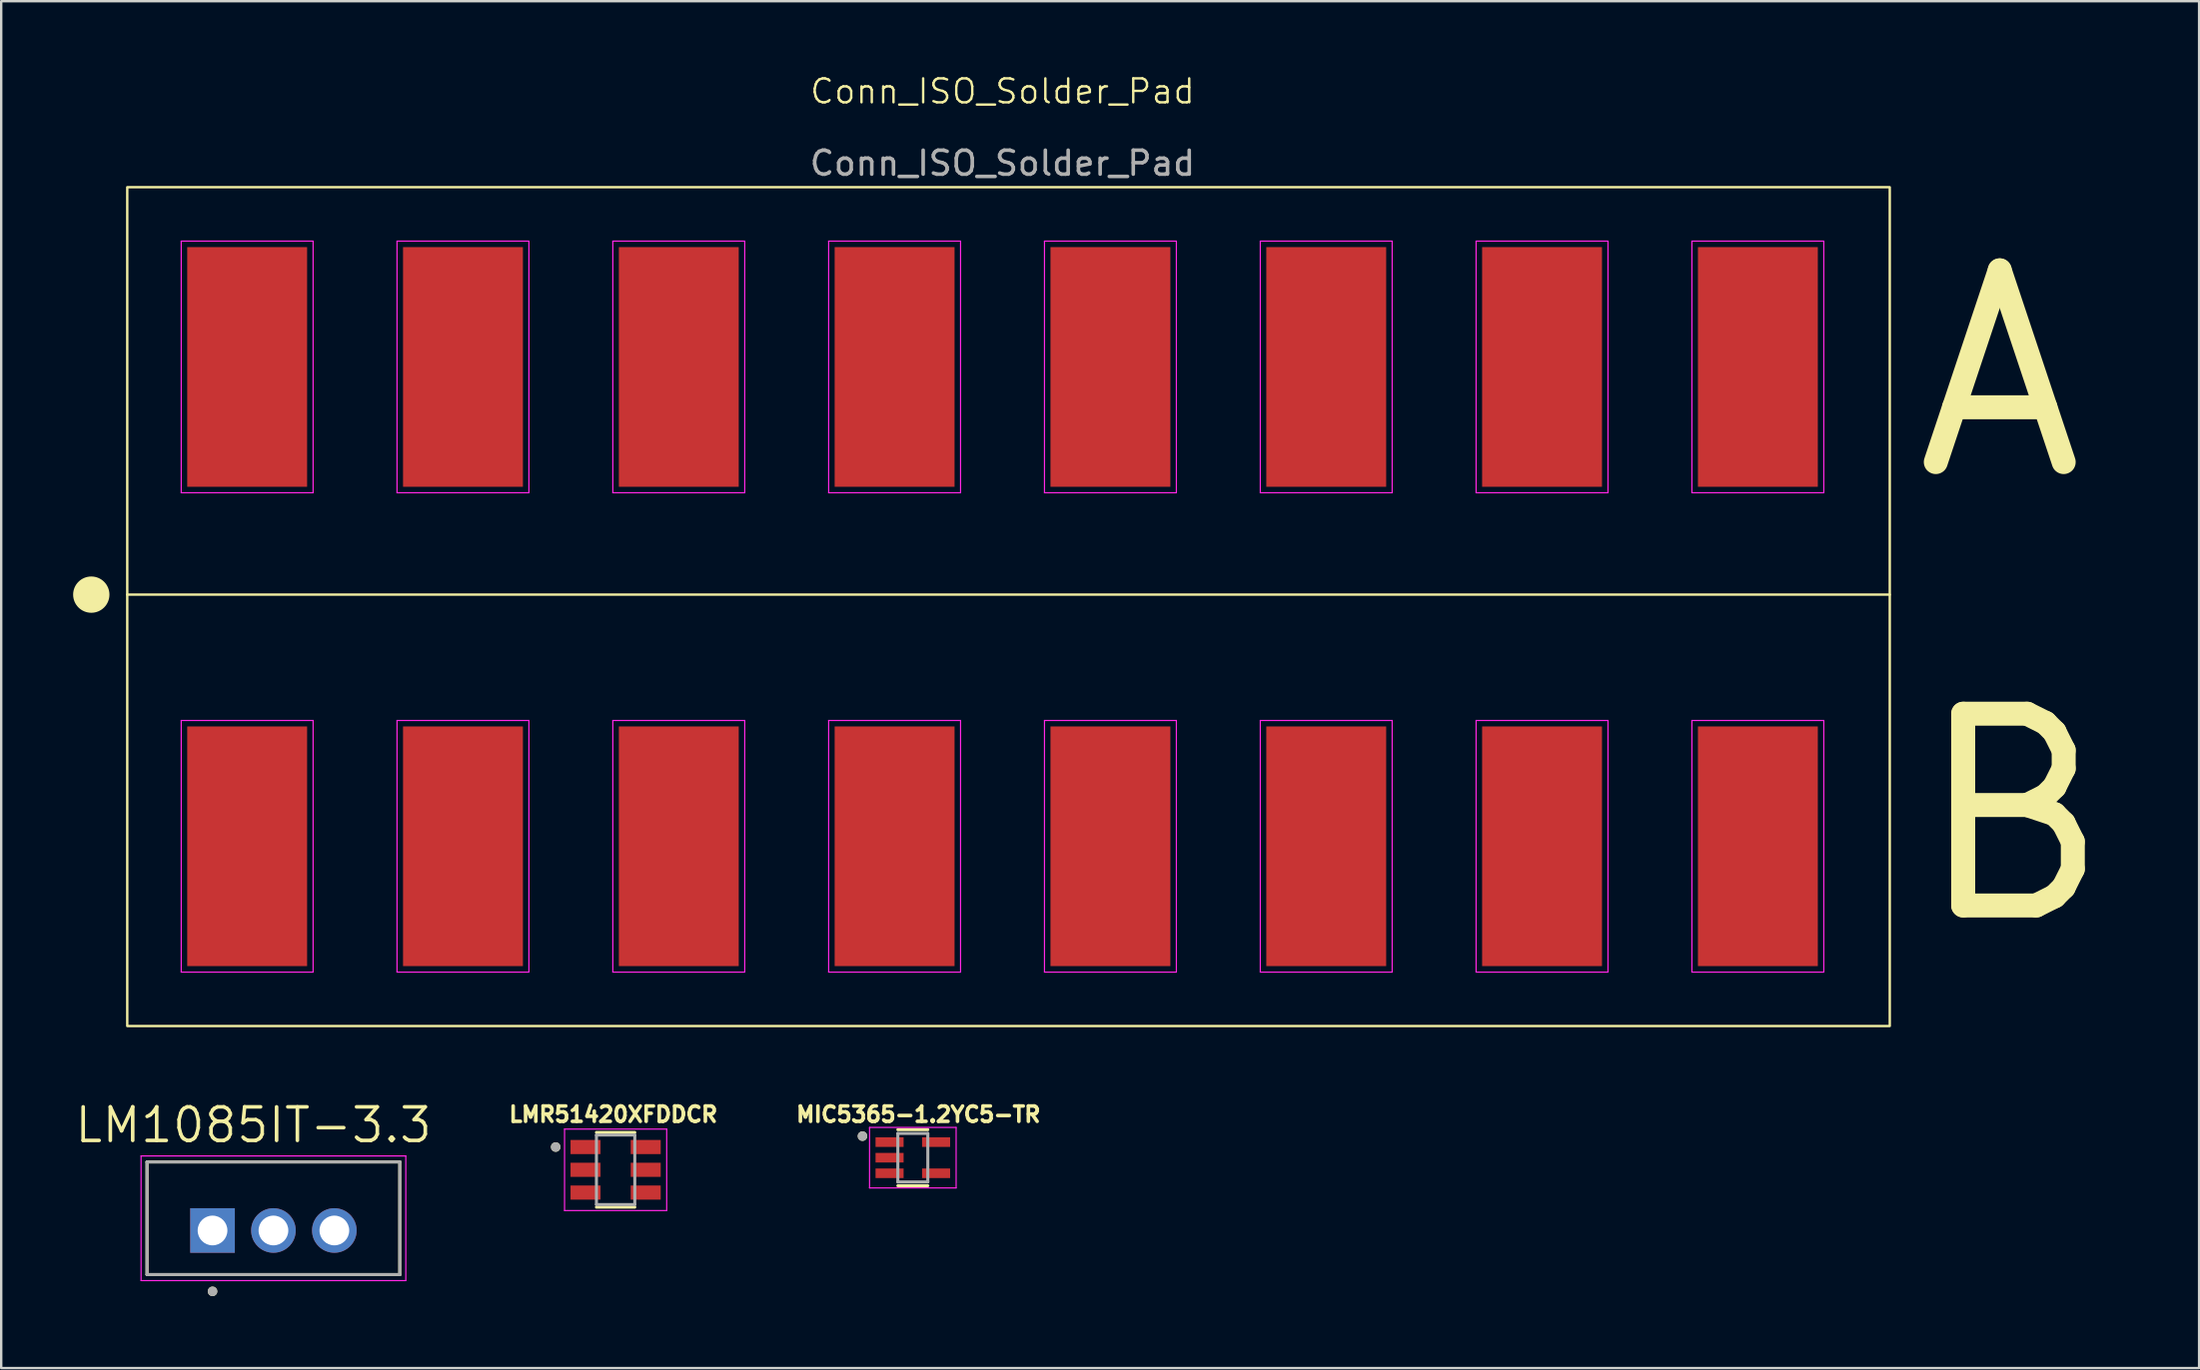
<source format=kicad_pcb>
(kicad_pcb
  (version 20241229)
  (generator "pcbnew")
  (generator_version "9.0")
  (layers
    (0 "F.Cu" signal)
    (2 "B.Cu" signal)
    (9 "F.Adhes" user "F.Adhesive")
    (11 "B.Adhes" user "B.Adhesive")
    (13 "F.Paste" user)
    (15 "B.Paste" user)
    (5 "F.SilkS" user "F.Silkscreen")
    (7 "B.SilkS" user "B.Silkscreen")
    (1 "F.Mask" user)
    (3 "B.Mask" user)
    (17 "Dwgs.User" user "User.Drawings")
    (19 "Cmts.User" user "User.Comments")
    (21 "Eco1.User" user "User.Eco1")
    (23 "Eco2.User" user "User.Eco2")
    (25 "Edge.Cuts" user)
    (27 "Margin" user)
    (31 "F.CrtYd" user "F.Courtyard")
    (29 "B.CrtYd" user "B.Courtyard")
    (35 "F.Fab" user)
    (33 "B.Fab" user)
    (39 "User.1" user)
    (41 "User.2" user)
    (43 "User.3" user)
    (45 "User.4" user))
  (footprint "LM1085IT-3.3"
    (layer "F.Cu")
    (at 8.353 48.292)
    (property "Reference" "LM1085IT-3.3" (at -0.835 -4.399 0) (layer "F.SilkS") (effects (font (size 1.4 1.4) (thickness 0.15))))
    (attr through_hole)
    (fp_line (start -5.27 -2.86) (end -5.27 1.84) (stroke (width 0.127) (type solid)) (layer "F.SilkS"))
    (fp_line (start -5.27 1.84) (end 5.27 1.84) (stroke (width 0.127) (type solid)) (layer "F.SilkS"))
    (fp_line (start 5.27 -2.86) (end -5.27 -2.86) (stroke (width 0.127) (type solid)) (layer "F.SilkS"))
    (fp_line (start 5.27 1.84) (end 5.27 -2.86) (stroke (width 0.127) (type solid)) (layer "F.SilkS"))
    (fp_circle (center -2.54 2.54) (end -2.44 2.54) (stroke (width 0.2) (type solid)) (fill no) (layer "F.SilkS"))
    (fp_line (start -5.52 -3.11) (end -5.52 2.09) (stroke (width 0.05) (type solid)) (layer "F.CrtYd"))
    (fp_line (start -5.52 2.09) (end 5.52 2.09) (stroke (width 0.05) (type solid)) (layer "F.CrtYd"))
    (fp_line (start 5.52 -3.11) (end -5.52 -3.11) (stroke (width 0.05) (type solid)) (layer "F.CrtYd"))
    (fp_line (start 5.52 2.09) (end 5.52 -3.11) (stroke (width 0.05) (type solid)) (layer "F.CrtYd"))
    (fp_line (start -5.27 -2.86) (end -5.27 1.84) (stroke (width 0.127) (type solid)) (layer "F.Fab"))
    (fp_line (start -5.27 1.84) (end 5.27 1.84) (stroke (width 0.127) (type solid)) (layer "F.Fab"))
    (fp_line (start 5.27 -2.86) (end -5.27 -2.86) (stroke (width 0.127) (type solid)) (layer "F.Fab"))
    (fp_line (start 5.27 1.84) (end 5.27 -2.86) (stroke (width 0.127) (type solid)) (layer "F.Fab"))
    (fp_circle (center -2.54 2.54) (end -2.44 2.54) (stroke (width 0.2) (type solid)) (fill no) (layer "F.Fab"))
    (pad "1" thru_hole rect (at -2.54 0) (size 1.86 1.86) (drill 1.24) (layers "*.Cu" "*.Mask"))
    (pad "2" thru_hole circle (at 0 0) (size 1.86 1.86) (drill 1.24) (layers "*.Cu" "*.Mask"))
    (pad "3" thru_hole circle (at 2.54 0) (size 1.86 1.86) (drill 1.24) (layers "*.Cu" "*.Mask")))
  (footprint "Conn_ISO_Solder_Pad"
    (layer "F.Cu")
    (at 38.757 6.761)
    (property "Reference" "Conn_ISO_Solder_Pad" (at 0 -6 0) (unlocked yes) (layer "F.SilkS") (effects (font (size 1 1) (thickness 0.1))))
    (attr smd)
    (fp_line (start -36.5 15) (end 37 15) (stroke (width 0.1) (type default)) (layer "F.SilkS"))
    (fp_rect (start -36.5 -2) (end 37 33) (stroke (width 0.1) (type default)) (fill no) (layer "F.SilkS"))
    (fp_circle (center -38 15) (end -37.293 15) (stroke (width 0.1) (type solid)) (fill yes) (layer "F.SilkS"))
    (fp_line (start -34.25 0.25) (end -34.25 10.75) (stroke (width 0.05) (type solid)) (layer "F.CrtYd"))
    (fp_line (start -34.25 10.75) (end -28.75 10.75) (stroke (width 0.05) (type solid)) (layer "F.CrtYd"))
    (fp_line (start -34.25 20.25) (end -34.25 30.75) (stroke (width 0.05) (type solid)) (layer "F.CrtYd"))
    (fp_line (start -34.25 30.75) (end -28.75 30.75) (stroke (width 0.05) (type solid)) (layer "F.CrtYd"))
    (fp_line (start -28.75 0.25) (end -34.25 0.25) (stroke (width 0.05) (type solid)) (layer "F.CrtYd"))
    (fp_line (start -28.75 10.75) (end -28.75 0.25) (stroke (width 0.05) (type solid)) (layer "F.CrtYd"))
    (fp_line (start -28.75 20.25) (end -34.25 20.25) (stroke (width 0.05) (type solid)) (layer "F.CrtYd"))
    (fp_line (start -28.75 30.75) (end -28.75 20.25) (stroke (width 0.05) (type solid)) (layer "F.CrtYd"))
    (fp_line (start -25.25 0.25) (end -25.25 10.75) (stroke (width 0.05) (type solid)) (layer "F.CrtYd"))
    (fp_line (start -25.25 10.75) (end -19.75 10.75) (stroke (width 0.05) (type solid)) (layer "F.CrtYd"))
    (fp_line (start -25.25 20.25) (end -25.25 30.75) (stroke (width 0.05) (type solid)) (layer "F.CrtYd"))
    (fp_line (start -25.25 30.75) (end -19.75 30.75) (stroke (width 0.05) (type solid)) (layer "F.CrtYd"))
    (fp_line (start -19.75 0.25) (end -25.25 0.25) (stroke (width 0.05) (type solid)) (layer "F.CrtYd"))
    (fp_line (start -19.75 10.75) (end -19.75 0.25) (stroke (width 0.05) (type solid)) (layer "F.CrtYd"))
    (fp_line (start -19.75 20.25) (end -25.25 20.25) (stroke (width 0.05) (type solid)) (layer "F.CrtYd"))
    (fp_line (start -19.75 30.75) (end -19.75 20.25) (stroke (width 0.05) (type solid)) (layer "F.CrtYd"))
    (fp_line (start -16.25 0.25) (end -16.25 10.75) (stroke (width 0.05) (type solid)) (layer "F.CrtYd"))
    (fp_line (start -16.25 10.75) (end -10.75 10.75) (stroke (width 0.05) (type solid)) (layer "F.CrtYd"))
    (fp_line (start -16.25 20.25) (end -16.25 30.75) (stroke (width 0.05) (type solid)) (layer "F.CrtYd"))
    (fp_line (start -16.25 30.75) (end -10.75 30.75) (stroke (width 0.05) (type solid)) (layer "F.CrtYd"))
    (fp_line (start -10.75 0.25) (end -16.25 0.25) (stroke (width 0.05) (type solid)) (layer "F.CrtYd"))
    (fp_line (start -10.75 10.75) (end -10.75 0.25) (stroke (width 0.05) (type solid)) (layer "F.CrtYd"))
    (fp_line (start -10.75 20.25) (end -16.25 20.25) (stroke (width 0.05) (type solid)) (layer "F.CrtYd"))
    (fp_line (start -10.75 30.75) (end -10.75 20.25) (stroke (width 0.05) (type solid)) (layer "F.CrtYd"))
    (fp_line (start -7.25 0.25) (end -7.25 10.75) (stroke (width 0.05) (type solid)) (layer "F.CrtYd"))
    (fp_line (start -7.25 10.75) (end -1.75 10.75) (stroke (width 0.05) (type solid)) (layer "F.CrtYd"))
    (fp_line (start -7.25 20.25) (end -7.25 30.75) (stroke (width 0.05) (type solid)) (layer "F.CrtYd"))
    (fp_line (start -7.25 30.75) (end -1.75 30.75) (stroke (width 0.05) (type solid)) (layer "F.CrtYd"))
    (fp_line (start -1.75 0.25) (end -7.25 0.25) (stroke (width 0.05) (type solid)) (layer "F.CrtYd"))
    (fp_line (start -1.75 10.75) (end -1.75 0.25) (stroke (width 0.05) (type solid)) (layer "F.CrtYd"))
    (fp_line (start -1.75 20.25) (end -7.25 20.25) (stroke (width 0.05) (type solid)) (layer "F.CrtYd"))
    (fp_line (start -1.75 30.75) (end -1.75 20.25) (stroke (width 0.05) (type solid)) (layer "F.CrtYd"))
    (fp_line (start 1.75 0.25) (end 1.75 10.75) (stroke (width 0.05) (type solid)) (layer "F.CrtYd"))
    (fp_line (start 1.75 10.75) (end 7.25 10.75) (stroke (width 0.05) (type solid)) (layer "F.CrtYd"))
    (fp_line (start 1.75 20.25) (end 1.75 30.75) (stroke (width 0.05) (type solid)) (layer "F.CrtYd"))
    (fp_line (start 1.75 30.75) (end 7.25 30.75) (stroke (width 0.05) (type solid)) (layer "F.CrtYd"))
    (fp_line (start 7.25 0.25) (end 1.75 0.25) (stroke (width 0.05) (type solid)) (layer "F.CrtYd"))
    (fp_line (start 7.25 10.75) (end 7.25 0.25) (stroke (width 0.05) (type solid)) (layer "F.CrtYd"))
    (fp_line (start 7.25 20.25) (end 1.75 20.25) (stroke (width 0.05) (type solid)) (layer "F.CrtYd"))
    (fp_line (start 7.25 30.75) (end 7.25 20.25) (stroke (width 0.05) (type solid)) (layer "F.CrtYd"))
    (fp_line (start 10.75 0.25) (end 10.75 10.75) (stroke (width 0.05) (type solid)) (layer "F.CrtYd"))
    (fp_line (start 10.75 10.75) (end 16.25 10.75) (stroke (width 0.05) (type solid)) (layer "F.CrtYd"))
    (fp_line (start 10.75 20.25) (end 10.75 30.75) (stroke (width 0.05) (type solid)) (layer "F.CrtYd"))
    (fp_line (start 10.75 30.75) (end 16.25 30.75) (stroke (width 0.05) (type solid)) (layer "F.CrtYd"))
    (fp_line (start 16.25 0.25) (end 10.75 0.25) (stroke (width 0.05) (type solid)) (layer "F.CrtYd"))
    (fp_line (start 16.25 10.75) (end 16.25 0.25) (stroke (width 0.05) (type solid)) (layer "F.CrtYd"))
    (fp_line (start 16.25 20.25) (end 10.75 20.25) (stroke (width 0.05) (type solid)) (layer "F.CrtYd"))
    (fp_line (start 16.25 30.75) (end 16.25 20.25) (stroke (width 0.05) (type solid)) (layer "F.CrtYd"))
    (fp_line (start 19.75 0.25) (end 19.75 10.75) (stroke (width 0.05) (type solid)) (layer "F.CrtYd"))
    (fp_line (start 19.75 10.75) (end 25.25 10.75) (stroke (width 0.05) (type solid)) (layer "F.CrtYd"))
    (fp_line (start 19.75 20.25) (end 19.75 30.75) (stroke (width 0.05) (type solid)) (layer "F.CrtYd"))
    (fp_line (start 19.75 30.75) (end 25.25 30.75) (stroke (width 0.05) (type solid)) (layer "F.CrtYd"))
    (fp_line (start 25.25 0.25) (end 19.75 0.25) (stroke (width 0.05) (type solid)) (layer "F.CrtYd"))
    (fp_line (start 25.25 10.75) (end 25.25 0.25) (stroke (width 0.05) (type solid)) (layer "F.CrtYd"))
    (fp_line (start 25.25 20.25) (end 19.75 20.25) (stroke (width 0.05) (type solid)) (layer "F.CrtYd"))
    (fp_line (start 25.25 30.75) (end 25.25 20.25) (stroke (width 0.05) (type solid)) (layer "F.CrtYd"))
    (fp_line (start 28.75 0.25) (end 28.75 10.75) (stroke (width 0.05) (type solid)) (layer "F.CrtYd"))
    (fp_line (start 28.75 10.75) (end 34.25 10.75) (stroke (width 0.05) (type solid)) (layer "F.CrtYd"))
    (fp_line (start 28.75 20.25) (end 28.75 30.75) (stroke (width 0.05) (type solid)) (layer "F.CrtYd"))
    (fp_line (start 28.75 30.75) (end 34.25 30.75) (stroke (width 0.05) (type solid)) (layer "F.CrtYd"))
    (fp_line (start 34.25 0.25) (end 28.75 0.25) (stroke (width 0.05) (type solid)) (layer "F.CrtYd"))
    (fp_line (start 34.25 10.75) (end 34.25 0.25) (stroke (width 0.05) (type solid)) (layer "F.CrtYd"))
    (fp_line (start 34.25 20.25) (end 28.75 20.25) (stroke (width 0.05) (type solid)) (layer "F.CrtYd"))
    (fp_line (start 34.25 30.75) (end 34.25 20.25) (stroke (width 0.05) (type solid)) (layer "F.CrtYd"))
    (fp_text user "A" (at 37.5 10.5 0) (unlocked yes) (layer "F.SilkS") (effects (font (size 8 8) (thickness 1)) (justify left bottom)))
    (fp_text user "B" (at 37.5 29 0) (unlocked yes) (layer "F.SilkS") (effects (font (size 8 8) (thickness 1)) (justify left bottom)))
    (fp_text user "${REFERENCE}" (at 0 -3 0) (unlocked yes) (layer "F.Fab") (effects (font (size 1 1) (thickness 0.15))))
    (pad "a1" smd rect (at -31.5 5.5) (size 5 10) (layers "F.Cu" "F.Mask" "F.Paste"))
    (pad "a2" smd rect (at -22.5 5.5) (size 5 10) (layers "F.Cu" "F.Mask" "F.Paste"))
    (pad "a3" smd rect (at -13.5 5.5) (size 5 10) (layers "F.Cu" "F.Mask" "F.Paste"))
    (pad "a4" smd rect (at -4.5 5.5) (size 5 10) (layers "F.Cu" "F.Mask" "F.Paste"))
    (pad "a5" smd rect (at 4.5 5.5) (size 5 10) (layers "F.Cu" "F.Mask" "F.Paste"))
    (pad "a6" smd rect (at 13.5 5.5) (size 5 10) (layers "F.Cu" "F.Mask" "F.Paste"))
    (pad "a7" smd rect (at 22.5 5.5) (size 5 10) (layers "F.Cu" "F.Mask" "F.Paste"))
    (pad "a8" smd rect (at 31.5 5.5) (size 5 10) (layers "F.Cu" "F.Mask" "F.Paste"))
    (pad "b1" smd rect (at -31.5 25.5) (size 5 10) (layers "F.Cu" "F.Mask" "F.Paste"))
    (pad "b2" smd rect (at -22.5 25.5) (size 5 10) (layers "F.Cu" "F.Mask" "F.Paste"))
    (pad "b3" smd rect (at -13.5 25.5) (size 5 10) (layers "F.Cu" "F.Mask" "F.Paste"))
    (pad "b4" smd rect (at -4.5 25.5) (size 5 10) (layers "F.Cu" "F.Mask" "F.Paste"))
    (pad "b5" smd rect (at 4.5 25.5) (size 5 10) (layers "F.Cu" "F.Mask" "F.Paste"))
    (pad "b6" smd rect (at 13.5 25.5) (size 5 10) (layers "F.Cu" "F.Mask" "F.Paste"))
    (pad "b7" smd rect (at 22.5 25.5) (size 5 10) (layers "F.Cu" "F.Mask" "F.Paste"))
    (pad "b8" smd rect (at 31.5 25.5) (size 5 10) (layers "F.Cu" "F.Mask" "F.Paste")))
  (footprint "MIC5365-1.2YC5-TR"
    (layer "F.Cu")
    (at 35.017 45.255)
    (property "Reference" "MIC5365-1.2YC5-TR" (at 0.232 -1.806 0) (layer "F.SilkS") (effects (font (size 0.64 0.64) (thickness 0.15))))
    (attr smd)
    (fp_line (start -0.625 1.17) (end 0.625 1.17) (stroke (width 0.127) (type solid)) (layer "F.SilkS"))
    (fp_line (start 0.625 -1.17) (end -0.625 -1.17) (stroke (width 0.127) (type solid)) (layer "F.SilkS"))
    (fp_circle (center -2.1 -0.9) (end -2 -0.9) (stroke (width 0.2) (type solid)) (fill no) (layer "F.SilkS"))
    (fp_line (start -1.805 -1.262) (end -1.805 1.262) (stroke (width 0.05) (type solid)) (layer "F.CrtYd"))
    (fp_line (start -1.805 1.262) (end 1.805 1.262) (stroke (width 0.05) (type solid)) (layer "F.CrtYd"))
    (fp_line (start 1.805 -1.262) (end -1.805 -1.262) (stroke (width 0.05) (type solid)) (layer "F.CrtYd"))
    (fp_line (start 1.805 1.262) (end 1.805 -1.262) (stroke (width 0.05) (type solid)) (layer "F.CrtYd"))
    (fp_line (start -0.625 -1.012) (end -0.625 1.012) (stroke (width 0.127) (type solid)) (layer "F.Fab"))
    (fp_line (start -0.625 1.012) (end 0.625 1.012) (stroke (width 0.127) (type solid)) (layer "F.Fab"))
    (fp_line (start 0.625 -1.012) (end -0.625 -1.012) (stroke (width 0.127) (type solid)) (layer "F.Fab"))
    (fp_line (start 0.625 1.012) (end 0.625 -1.012) (stroke (width 0.127) (type solid)) (layer "F.Fab"))
    (fp_circle (center -2.1 -0.9) (end -2 -0.9) (stroke (width 0.2) (type solid)) (fill no) (layer "F.Fab"))
    (pad "1" smd rect (at -0.97 -0.65) (size 1.17 0.4) (layers "F.Cu" "F.Mask" "F.Paste"))
    (pad "2" smd rect (at -0.97 0) (size 1.17 0.4) (layers "F.Cu" "F.Mask" "F.Paste"))
    (pad "3" smd rect (at -0.97 0.65) (size 1.17 0.4) (layers "F.Cu" "F.Mask" "F.Paste"))
    (pad "4" smd rect (at 0.97 0.65) (size 1.17 0.4) (layers "F.Cu" "F.Mask" "F.Paste"))
    (pad "5" smd rect (at 0.97 -0.65) (size 1.17 0.4) (layers "F.Cu" "F.Mask" "F.Paste")))
  (footprint "LMR51420XFDDCR"
    (layer "F.Cu")
    (at 22.623 45.76)
    (property "Reference" "LMR51420XFDDCR" (at -0.098 -2.311 0) (layer "F.SilkS") (effects (font (size 0.64 0.64) (thickness 0.15))))
    (attr smd)
    (fp_line (start -0.8 -1.558) (end 0.8 -1.558) (stroke (width 0.127) (type solid)) (layer "F.SilkS"))
    (fp_line (start 0.8 1.558) (end -0.8 1.558) (stroke (width 0.127) (type solid)) (layer "F.SilkS"))
    (fp_circle (center -2.5 -0.95) (end -2.4 -0.95) (stroke (width 0.2) (type solid)) (fill no) (layer "F.SilkS"))
    (fp_line (start -2.13 -1.7) (end 2.13 -1.7) (stroke (width 0.05) (type solid)) (layer "F.CrtYd"))
    (fp_line (start -2.13 1.7) (end -2.13 -1.7) (stroke (width 0.05) (type solid)) (layer "F.CrtYd"))
    (fp_line (start 2.13 -1.7) (end 2.13 1.7) (stroke (width 0.05) (type solid)) (layer "F.CrtYd"))
    (fp_line (start 2.13 1.7) (end -2.13 1.7) (stroke (width 0.05) (type solid)) (layer "F.CrtYd"))
    (fp_line (start -0.8 -1.45) (end 0.8 -1.45) (stroke (width 0.127) (type solid)) (layer "F.Fab"))
    (fp_line (start -0.8 1.45) (end -0.8 -1.45) (stroke (width 0.127) (type solid)) (layer "F.Fab"))
    (fp_line (start 0.8 -1.45) (end 0.8 1.45) (stroke (width 0.127) (type solid)) (layer "F.Fab"))
    (fp_line (start 0.8 1.45) (end -0.8 1.45) (stroke (width 0.127) (type solid)) (layer "F.Fab"))
    (fp_circle (center -2.5 -0.95) (end -2.4 -0.95) (stroke (width 0.2) (type solid)) (fill no) (layer "F.Fab"))
    (pad "1" smd rect (at -1.255 -0.95) (size 1.25 0.59) (layers "F.Cu" "F.Mask" "F.Paste"))
    (pad "2" smd rect (at -1.255 0) (size 1.25 0.59) (layers "F.Cu" "F.Mask" "F.Paste"))
    (pad "3" smd rect (at -1.255 0.95) (size 1.25 0.59) (layers "F.Cu" "F.Mask" "F.Paste"))
    (pad "4" smd rect (at 1.255 0.95) (size 1.25 0.59) (layers "F.Cu" "F.Mask" "F.Paste"))
    (pad "5" smd rect (at 1.255 0) (size 1.25 0.59) (layers "F.Cu" "F.Mask" "F.Paste"))
    (pad "6" smd rect (at 1.255 -0.95) (size 1.25 0.59) (layers "F.Cu" "F.Mask" "F.Paste")))
  (gr_rect
    (start -3 -3)
    (end 88.657 54.032)
    (stroke (width 0.1) (type default))
    (fill no)
    (layer "Edge.Cuts")))
</source>
